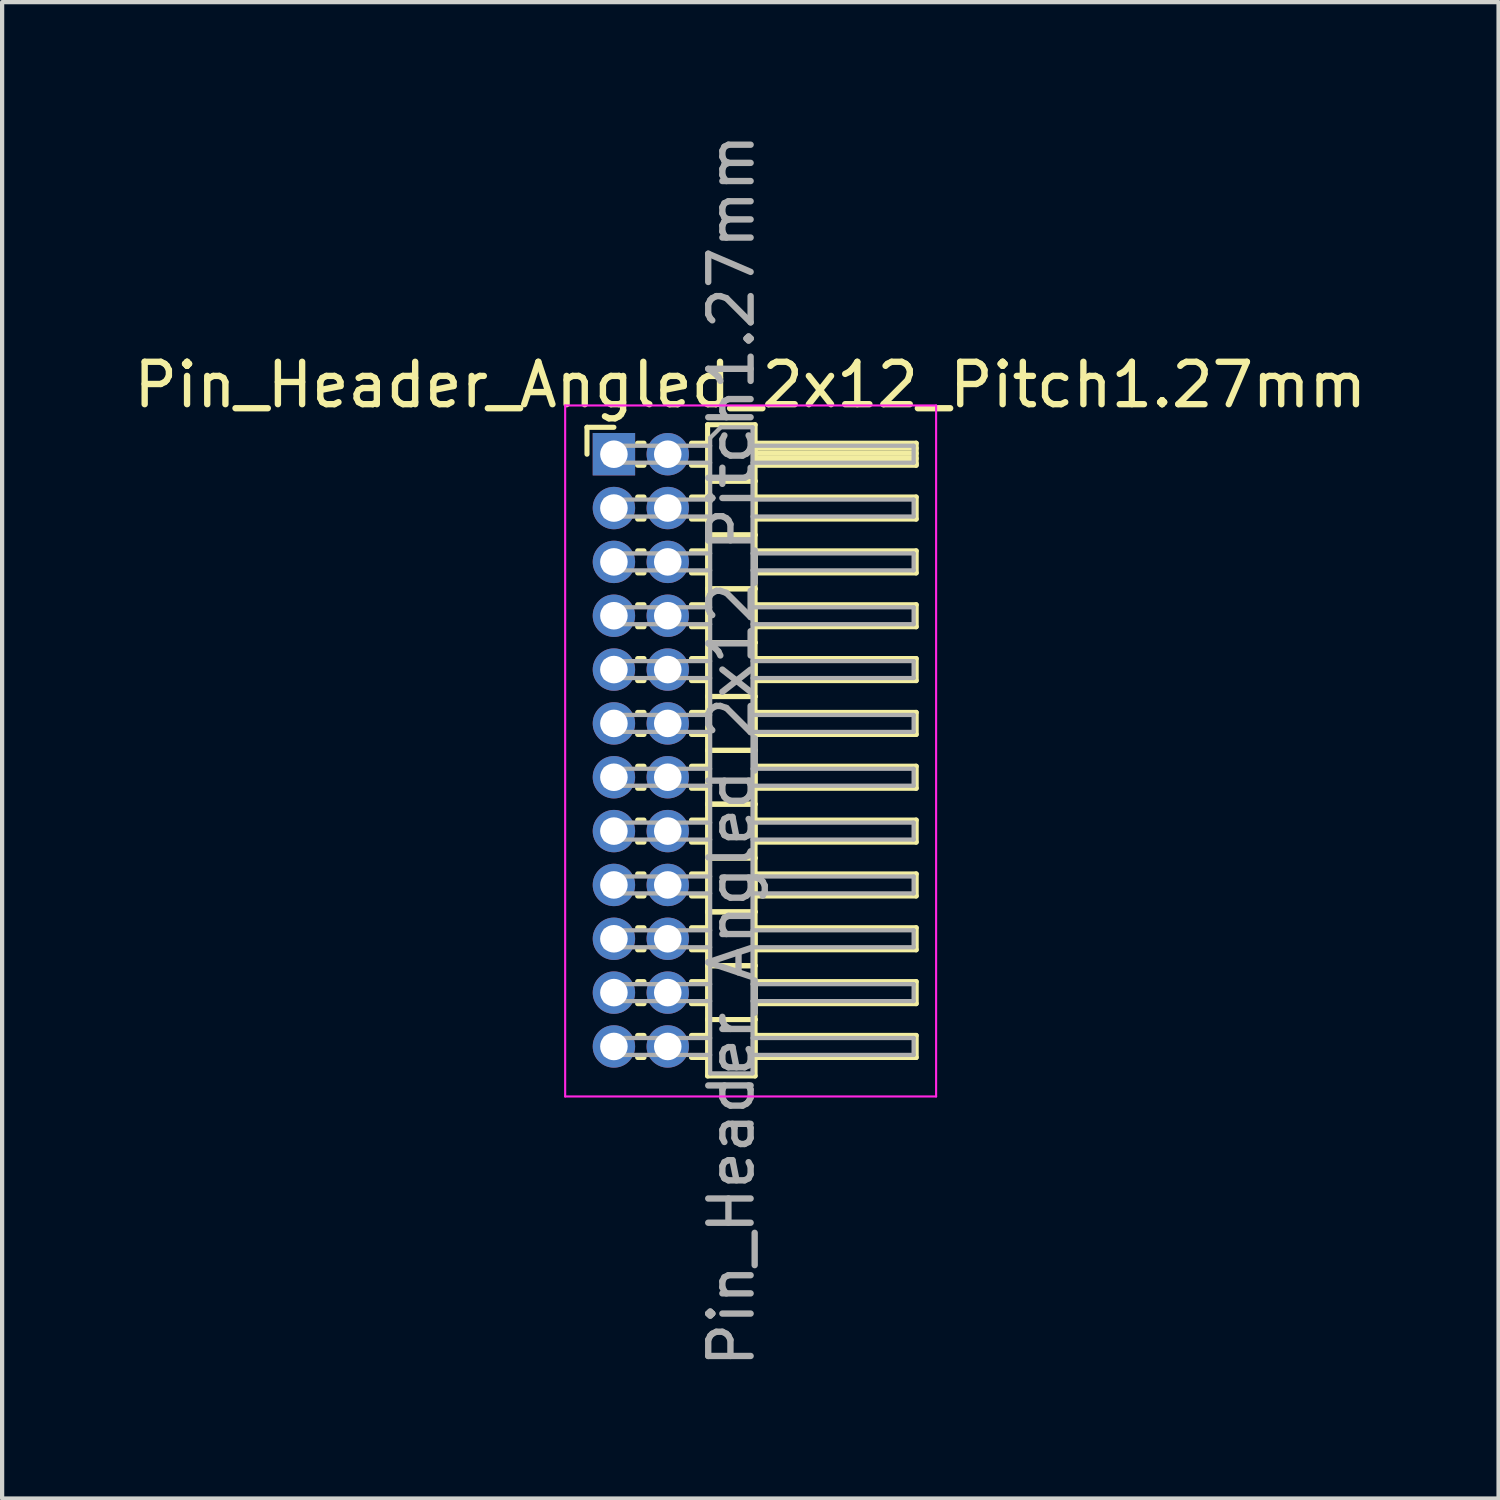
<source format=kicad_pcb>
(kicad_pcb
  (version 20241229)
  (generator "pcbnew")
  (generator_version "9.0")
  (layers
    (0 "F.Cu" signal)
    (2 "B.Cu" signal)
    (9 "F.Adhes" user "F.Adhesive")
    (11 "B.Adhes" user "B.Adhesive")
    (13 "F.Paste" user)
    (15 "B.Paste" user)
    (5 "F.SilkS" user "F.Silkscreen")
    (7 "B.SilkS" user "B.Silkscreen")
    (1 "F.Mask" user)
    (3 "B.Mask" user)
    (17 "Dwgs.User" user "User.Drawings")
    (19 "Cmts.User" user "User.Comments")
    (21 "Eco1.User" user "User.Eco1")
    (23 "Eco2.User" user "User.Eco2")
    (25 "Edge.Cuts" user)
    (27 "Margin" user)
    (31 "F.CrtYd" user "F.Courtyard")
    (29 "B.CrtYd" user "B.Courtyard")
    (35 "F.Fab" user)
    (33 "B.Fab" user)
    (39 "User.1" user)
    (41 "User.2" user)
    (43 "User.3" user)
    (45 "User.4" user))
  (footprint "Pin_Header_Angled_2x12_Pitch1.27mm"
    (layer "F.Cu")
    (at 11.431 7.664)
    (property "Reference" "Pin_Header_Angled_2x12_Pitch1.27mm" (at 3.217 -1.635 0) (layer "F.SilkS") (effects (font (size 1 1) (thickness 0.15))))
    (attr through_hole)
    (fp_line (start -0.635 -0.635) (end 0 -0.635) (stroke (width 0.12) (type solid)) (layer "F.SilkS"))
    (fp_line (start -0.635 0) (end -0.635 -0.635) (stroke (width 0.12) (type solid)) (layer "F.SilkS"))
    (fp_line (start 0.56 -0.26) (end 0.71 -0.26) (stroke (width 0.12) (type solid)) (layer "F.SilkS"))
    (fp_line (start 0.56 0.26) (end 0.71 0.26) (stroke (width 0.12) (type solid)) (layer "F.SilkS"))
    (fp_line (start 0.56 1.01) (end 0.71 1.01) (stroke (width 0.12) (type solid)) (layer "F.SilkS"))
    (fp_line (start 0.56 1.53) (end 0.71 1.53) (stroke (width 0.12) (type solid)) (layer "F.SilkS"))
    (fp_line (start 0.56 2.28) (end 0.71 2.28) (stroke (width 0.12) (type solid)) (layer "F.SilkS"))
    (fp_line (start 0.56 2.8) (end 0.71 2.8) (stroke (width 0.12) (type solid)) (layer "F.SilkS"))
    (fp_line (start 0.56 3.55) (end 0.71 3.55) (stroke (width 0.12) (type solid)) (layer "F.SilkS"))
    (fp_line (start 0.56 4.07) (end 0.71 4.07) (stroke (width 0.12) (type solid)) (layer "F.SilkS"))
    (fp_line (start 0.56 4.82) (end 0.71 4.82) (stroke (width 0.12) (type solid)) (layer "F.SilkS"))
    (fp_line (start 0.56 5.34) (end 0.71 5.34) (stroke (width 0.12) (type solid)) (layer "F.SilkS"))
    (fp_line (start 0.56 6.09) (end 0.71 6.09) (stroke (width 0.12) (type solid)) (layer "F.SilkS"))
    (fp_line (start 0.56 6.61) (end 0.71 6.61) (stroke (width 0.12) (type solid)) (layer "F.SilkS"))
    (fp_line (start 0.56 7.36) (end 0.71 7.36) (stroke (width 0.12) (type solid)) (layer "F.SilkS"))
    (fp_line (start 0.56 7.88) (end 0.71 7.88) (stroke (width 0.12) (type solid)) (layer "F.SilkS"))
    (fp_line (start 0.56 8.63) (end 0.71 8.63) (stroke (width 0.12) (type solid)) (layer "F.SilkS"))
    (fp_line (start 0.56 9.15) (end 0.71 9.15) (stroke (width 0.12) (type solid)) (layer "F.SilkS"))
    (fp_line (start 0.56 9.9) (end 0.71 9.9) (stroke (width 0.12) (type solid)) (layer "F.SilkS"))
    (fp_line (start 0.56 10.42) (end 0.71 10.42) (stroke (width 0.12) (type solid)) (layer "F.SilkS"))
    (fp_line (start 0.56 11.17) (end 0.71 11.17) (stroke (width 0.12) (type solid)) (layer "F.SilkS"))
    (fp_line (start 0.56 11.69) (end 0.71 11.69) (stroke (width 0.12) (type solid)) (layer "F.SilkS"))
    (fp_line (start 0.56 12.44) (end 0.71 12.44) (stroke (width 0.12) (type solid)) (layer "F.SilkS"))
    (fp_line (start 0.56 12.96) (end 0.71 12.96) (stroke (width 0.12) (type solid)) (layer "F.SilkS"))
    (fp_line (start 0.56 13.71) (end 0.71 13.71) (stroke (width 0.12) (type solid)) (layer "F.SilkS"))
    (fp_line (start 0.56 14.23) (end 0.71 14.23) (stroke (width 0.12) (type solid)) (layer "F.SilkS"))
    (fp_line (start 1.83 -0.26) (end 2.21 -0.26) (stroke (width 0.12) (type solid)) (layer "F.SilkS"))
    (fp_line (start 1.83 0.26) (end 2.21 0.26) (stroke (width 0.12) (type solid)) (layer "F.SilkS"))
    (fp_line (start 1.83 1.01) (end 2.21 1.01) (stroke (width 0.12) (type solid)) (layer "F.SilkS"))
    (fp_line (start 1.83 1.53) (end 2.21 1.53) (stroke (width 0.12) (type solid)) (layer "F.SilkS"))
    (fp_line (start 1.83 2.28) (end 2.21 2.28) (stroke (width 0.12) (type solid)) (layer "F.SilkS"))
    (fp_line (start 1.83 2.8) (end 2.21 2.8) (stroke (width 0.12) (type solid)) (layer "F.SilkS"))
    (fp_line (start 1.83 3.55) (end 2.21 3.55) (stroke (width 0.12) (type solid)) (layer "F.SilkS"))
    (fp_line (start 1.83 4.07) (end 2.21 4.07) (stroke (width 0.12) (type solid)) (layer "F.SilkS"))
    (fp_line (start 1.83 4.82) (end 2.21 4.82) (stroke (width 0.12) (type solid)) (layer "F.SilkS"))
    (fp_line (start 1.83 5.34) (end 2.21 5.34) (stroke (width 0.12) (type solid)) (layer "F.SilkS"))
    (fp_line (start 1.83 6.09) (end 2.21 6.09) (stroke (width 0.12) (type solid)) (layer "F.SilkS"))
    (fp_line (start 1.83 6.61) (end 2.21 6.61) (stroke (width 0.12) (type solid)) (layer "F.SilkS"))
    (fp_line (start 1.83 7.36) (end 2.21 7.36) (stroke (width 0.12) (type solid)) (layer "F.SilkS"))
    (fp_line (start 1.83 7.88) (end 2.21 7.88) (stroke (width 0.12) (type solid)) (layer "F.SilkS"))
    (fp_line (start 1.83 8.63) (end 2.21 8.63) (stroke (width 0.12) (type solid)) (layer "F.SilkS"))
    (fp_line (start 1.83 9.15) (end 2.21 9.15) (stroke (width 0.12) (type solid)) (layer "F.SilkS"))
    (fp_line (start 1.83 9.9) (end 2.21 9.9) (stroke (width 0.12) (type solid)) (layer "F.SilkS"))
    (fp_line (start 1.83 10.42) (end 2.21 10.42) (stroke (width 0.12) (type solid)) (layer "F.SilkS"))
    (fp_line (start 1.83 11.17) (end 2.21 11.17) (stroke (width 0.12) (type solid)) (layer "F.SilkS"))
    (fp_line (start 1.83 11.69) (end 2.21 11.69) (stroke (width 0.12) (type solid)) (layer "F.SilkS"))
    (fp_line (start 1.83 12.44) (end 2.21 12.44) (stroke (width 0.12) (type solid)) (layer "F.SilkS"))
    (fp_line (start 1.83 12.96) (end 2.21 12.96) (stroke (width 0.12) (type solid)) (layer "F.SilkS"))
    (fp_line (start 1.83 13.71) (end 2.21 13.71) (stroke (width 0.12) (type solid)) (layer "F.SilkS"))
    (fp_line (start 1.83 14.23) (end 2.21 14.23) (stroke (width 0.12) (type solid)) (layer "F.SilkS"))
    (fp_line (start 2.21 -0.695) (end 2.21 0.635) (stroke (width 0.12) (type solid)) (layer "F.SilkS"))
    (fp_line (start 2.21 0.635) (end 2.21 1.905) (stroke (width 0.12) (type solid)) (layer "F.SilkS"))
    (fp_line (start 2.21 0.635) (end 3.33 0.635) (stroke (width 0.12) (type solid)) (layer "F.SilkS"))
    (fp_line (start 2.21 1.905) (end 2.21 3.175) (stroke (width 0.12) (type solid)) (layer "F.SilkS"))
    (fp_line (start 2.21 1.905) (end 3.33 1.905) (stroke (width 0.12) (type solid)) (layer "F.SilkS"))
    (fp_line (start 2.21 3.175) (end 2.21 4.445) (stroke (width 0.12) (type solid)) (layer "F.SilkS"))
    (fp_line (start 2.21 3.175) (end 3.33 3.175) (stroke (width 0.12) (type solid)) (layer "F.SilkS"))
    (fp_line (start 2.21 4.445) (end 2.21 5.715) (stroke (width 0.12) (type solid)) (layer "F.SilkS"))
    (fp_line (start 2.21 4.445) (end 3.33 4.445) (stroke (width 0.12) (type solid)) (layer "F.SilkS"))
    (fp_line (start 2.21 5.715) (end 2.21 6.985) (stroke (width 0.12) (type solid)) (layer "F.SilkS"))
    (fp_line (start 2.21 5.715) (end 3.33 5.715) (stroke (width 0.12) (type solid)) (layer "F.SilkS"))
    (fp_line (start 2.21 6.985) (end 2.21 8.255) (stroke (width 0.12) (type solid)) (layer "F.SilkS"))
    (fp_line (start 2.21 6.985) (end 3.33 6.985) (stroke (width 0.12) (type solid)) (layer "F.SilkS"))
    (fp_line (start 2.21 8.255) (end 2.21 9.525) (stroke (width 0.12) (type solid)) (layer "F.SilkS"))
    (fp_line (start 2.21 8.255) (end 3.33 8.255) (stroke (width 0.12) (type solid)) (layer "F.SilkS"))
    (fp_line (start 2.21 9.525) (end 2.21 10.795) (stroke (width 0.12) (type solid)) (layer "F.SilkS"))
    (fp_line (start 2.21 9.525) (end 3.33 9.525) (stroke (width 0.12) (type solid)) (layer "F.SilkS"))
    (fp_line (start 2.21 10.795) (end 2.21 12.065) (stroke (width 0.12) (type solid)) (layer "F.SilkS"))
    (fp_line (start 2.21 10.795) (end 3.33 10.795) (stroke (width 0.12) (type solid)) (layer "F.SilkS"))
    (fp_line (start 2.21 12.065) (end 2.21 13.335) (stroke (width 0.12) (type solid)) (layer "F.SilkS"))
    (fp_line (start 2.21 12.065) (end 3.33 12.065) (stroke (width 0.12) (type solid)) (layer "F.SilkS"))
    (fp_line (start 2.21 13.335) (end 2.21 14.665) (stroke (width 0.12) (type solid)) (layer "F.SilkS"))
    (fp_line (start 2.21 13.335) (end 3.33 13.335) (stroke (width 0.12) (type solid)) (layer "F.SilkS"))
    (fp_line (start 2.21 14.665) (end 3.33 14.665) (stroke (width 0.12) (type solid)) (layer "F.SilkS"))
    (fp_line (start 3.33 -0.695) (end 2.21 -0.695) (stroke (width 0.12) (type solid)) (layer "F.SilkS"))
    (fp_line (start 3.33 -0.26) (end 3.33 0.26) (stroke (width 0.12) (type solid)) (layer "F.SilkS"))
    (fp_line (start 3.33 -0.14) (end 7.13 -0.14) (stroke (width 0.12) (type solid)) (layer "F.SilkS"))
    (fp_line (start 3.33 -0.02) (end 7.13 -0.02) (stroke (width 0.12) (type solid)) (layer "F.SilkS"))
    (fp_line (start 3.33 0.1) (end 7.13 0.1) (stroke (width 0.12) (type solid)) (layer "F.SilkS"))
    (fp_line (start 3.33 0.22) (end 7.13 0.22) (stroke (width 0.12) (type solid)) (layer "F.SilkS"))
    (fp_line (start 3.33 0.26) (end 7.13 0.26) (stroke (width 0.12) (type solid)) (layer "F.SilkS"))
    (fp_line (start 3.33 0.635) (end 2.21 0.635) (stroke (width 0.12) (type solid)) (layer "F.SilkS"))
    (fp_line (start 3.33 0.635) (end 3.33 -0.695) (stroke (width 0.12) (type solid)) (layer "F.SilkS"))
    (fp_line (start 3.33 1.01) (end 3.33 1.53) (stroke (width 0.12) (type solid)) (layer "F.SilkS"))
    (fp_line (start 3.33 1.53) (end 7.13 1.53) (stroke (width 0.12) (type solid)) (layer "F.SilkS"))
    (fp_line (start 3.33 1.905) (end 2.21 1.905) (stroke (width 0.12) (type solid)) (layer "F.SilkS"))
    (fp_line (start 3.33 1.905) (end 3.33 0.635) (stroke (width 0.12) (type solid)) (layer "F.SilkS"))
    (fp_line (start 3.33 2.28) (end 3.33 2.8) (stroke (width 0.12) (type solid)) (layer "F.SilkS"))
    (fp_line (start 3.33 2.8) (end 7.13 2.8) (stroke (width 0.12) (type solid)) (layer "F.SilkS"))
    (fp_line (start 3.33 3.175) (end 2.21 3.175) (stroke (width 0.12) (type solid)) (layer "F.SilkS"))
    (fp_line (start 3.33 3.175) (end 3.33 1.905) (stroke (width 0.12) (type solid)) (layer "F.SilkS"))
    (fp_line (start 3.33 3.55) (end 3.33 4.07) (stroke (width 0.12) (type solid)) (layer "F.SilkS"))
    (fp_line (start 3.33 4.07) (end 7.13 4.07) (stroke (width 0.12) (type solid)) (layer "F.SilkS"))
    (fp_line (start 3.33 4.445) (end 2.21 4.445) (stroke (width 0.12) (type solid)) (layer "F.SilkS"))
    (fp_line (start 3.33 4.445) (end 3.33 3.175) (stroke (width 0.12) (type solid)) (layer "F.SilkS"))
    (fp_line (start 3.33 4.82) (end 3.33 5.34) (stroke (width 0.12) (type solid)) (layer "F.SilkS"))
    (fp_line (start 3.33 5.34) (end 7.13 5.34) (stroke (width 0.12) (type solid)) (layer "F.SilkS"))
    (fp_line (start 3.33 5.715) (end 2.21 5.715) (stroke (width 0.12) (type solid)) (layer "F.SilkS"))
    (fp_line (start 3.33 5.715) (end 3.33 4.445) (stroke (width 0.12) (type solid)) (layer "F.SilkS"))
    (fp_line (start 3.33 6.09) (end 3.33 6.61) (stroke (width 0.12) (type solid)) (layer "F.SilkS"))
    (fp_line (start 3.33 6.61) (end 7.13 6.61) (stroke (width 0.12) (type solid)) (layer "F.SilkS"))
    (fp_line (start 3.33 6.985) (end 2.21 6.985) (stroke (width 0.12) (type solid)) (layer "F.SilkS"))
    (fp_line (start 3.33 6.985) (end 3.33 5.715) (stroke (width 0.12) (type solid)) (layer "F.SilkS"))
    (fp_line (start 3.33 7.36) (end 3.33 7.88) (stroke (width 0.12) (type solid)) (layer "F.SilkS"))
    (fp_line (start 3.33 7.88) (end 7.13 7.88) (stroke (width 0.12) (type solid)) (layer "F.SilkS"))
    (fp_line (start 3.33 8.255) (end 2.21 8.255) (stroke (width 0.12) (type solid)) (layer "F.SilkS"))
    (fp_line (start 3.33 8.255) (end 3.33 6.985) (stroke (width 0.12) (type solid)) (layer "F.SilkS"))
    (fp_line (start 3.33 8.63) (end 3.33 9.15) (stroke (width 0.12) (type solid)) (layer "F.SilkS"))
    (fp_line (start 3.33 9.15) (end 7.13 9.15) (stroke (width 0.12) (type solid)) (layer "F.SilkS"))
    (fp_line (start 3.33 9.525) (end 2.21 9.525) (stroke (width 0.12) (type solid)) (layer "F.SilkS"))
    (fp_line (start 3.33 9.525) (end 3.33 8.255) (stroke (width 0.12) (type solid)) (layer "F.SilkS"))
    (fp_line (start 3.33 9.9) (end 3.33 10.42) (stroke (width 0.12) (type solid)) (layer "F.SilkS"))
    (fp_line (start 3.33 10.42) (end 7.13 10.42) (stroke (width 0.12) (type solid)) (layer "F.SilkS"))
    (fp_line (start 3.33 10.795) (end 2.21 10.795) (stroke (width 0.12) (type solid)) (layer "F.SilkS"))
    (fp_line (start 3.33 10.795) (end 3.33 9.525) (stroke (width 0.12) (type solid)) (layer "F.SilkS"))
    (fp_line (start 3.33 11.17) (end 3.33 11.69) (stroke (width 0.12) (type solid)) (layer "F.SilkS"))
    (fp_line (start 3.33 11.69) (end 7.13 11.69) (stroke (width 0.12) (type solid)) (layer "F.SilkS"))
    (fp_line (start 3.33 12.065) (end 2.21 12.065) (stroke (width 0.12) (type solid)) (layer "F.SilkS"))
    (fp_line (start 3.33 12.065) (end 3.33 10.795) (stroke (width 0.12) (type solid)) (layer "F.SilkS"))
    (fp_line (start 3.33 12.44) (end 3.33 12.96) (stroke (width 0.12) (type solid)) (layer "F.SilkS"))
    (fp_line (start 3.33 12.96) (end 7.13 12.96) (stroke (width 0.12) (type solid)) (layer "F.SilkS"))
    (fp_line (start 3.33 13.335) (end 2.21 13.335) (stroke (width 0.12) (type solid)) (layer "F.SilkS"))
    (fp_line (start 3.33 13.335) (end 3.33 12.065) (stroke (width 0.12) (type solid)) (layer "F.SilkS"))
    (fp_line (start 3.33 13.71) (end 3.33 14.23) (stroke (width 0.12) (type solid)) (layer "F.SilkS"))
    (fp_line (start 3.33 14.23) (end 7.13 14.23) (stroke (width 0.12) (type solid)) (layer "F.SilkS"))
    (fp_line (start 3.33 14.665) (end 3.33 13.335) (stroke (width 0.12) (type solid)) (layer "F.SilkS"))
    (fp_line (start 7.13 -0.26) (end 3.33 -0.26) (stroke (width 0.12) (type solid)) (layer "F.SilkS"))
    (fp_line (start 7.13 0.26) (end 7.13 -0.26) (stroke (width 0.12) (type solid)) (layer "F.SilkS"))
    (fp_line (start 7.13 1.01) (end 3.33 1.01) (stroke (width 0.12) (type solid)) (layer "F.SilkS"))
    (fp_line (start 7.13 1.53) (end 7.13 1.01) (stroke (width 0.12) (type solid)) (layer "F.SilkS"))
    (fp_line (start 7.13 2.28) (end 3.33 2.28) (stroke (width 0.12) (type solid)) (layer "F.SilkS"))
    (fp_line (start 7.13 2.8) (end 7.13 2.28) (stroke (width 0.12) (type solid)) (layer "F.SilkS"))
    (fp_line (start 7.13 3.55) (end 3.33 3.55) (stroke (width 0.12) (type solid)) (layer "F.SilkS"))
    (fp_line (start 7.13 4.07) (end 7.13 3.55) (stroke (width 0.12) (type solid)) (layer "F.SilkS"))
    (fp_line (start 7.13 4.82) (end 3.33 4.82) (stroke (width 0.12) (type solid)) (layer "F.SilkS"))
    (fp_line (start 7.13 5.34) (end 7.13 4.82) (stroke (width 0.12) (type solid)) (layer "F.SilkS"))
    (fp_line (start 7.13 6.09) (end 3.33 6.09) (stroke (width 0.12) (type solid)) (layer "F.SilkS"))
    (fp_line (start 7.13 6.61) (end 7.13 6.09) (stroke (width 0.12) (type solid)) (layer "F.SilkS"))
    (fp_line (start 7.13 7.36) (end 3.33 7.36) (stroke (width 0.12) (type solid)) (layer "F.SilkS"))
    (fp_line (start 7.13 7.88) (end 7.13 7.36) (stroke (width 0.12) (type solid)) (layer "F.SilkS"))
    (fp_line (start 7.13 8.63) (end 3.33 8.63) (stroke (width 0.12) (type solid)) (layer "F.SilkS"))
    (fp_line (start 7.13 9.15) (end 7.13 8.63) (stroke (width 0.12) (type solid)) (layer "F.SilkS"))
    (fp_line (start 7.13 9.9) (end 3.33 9.9) (stroke (width 0.12) (type solid)) (layer "F.SilkS"))
    (fp_line (start 7.13 10.42) (end 7.13 9.9) (stroke (width 0.12) (type solid)) (layer "F.SilkS"))
    (fp_line (start 7.13 11.17) (end 3.33 11.17) (stroke (width 0.12) (type solid)) (layer "F.SilkS"))
    (fp_line (start 7.13 11.69) (end 7.13 11.17) (stroke (width 0.12) (type solid)) (layer "F.SilkS"))
    (fp_line (start 7.13 12.44) (end 3.33 12.44) (stroke (width 0.12) (type solid)) (layer "F.SilkS"))
    (fp_line (start 7.13 12.96) (end 7.13 12.44) (stroke (width 0.12) (type solid)) (layer "F.SilkS"))
    (fp_line (start 7.13 13.71) (end 3.33 13.71) (stroke (width 0.12) (type solid)) (layer "F.SilkS"))
    (fp_line (start 7.13 14.23) (end 7.13 13.71) (stroke (width 0.12) (type solid)) (layer "F.SilkS"))
    (fp_line (start -1.15 -1.15) (end -1.15 15.15) (stroke (width 0.05) (type solid)) (layer "F.CrtYd"))
    (fp_line (start -1.15 15.15) (end 7.6 15.15) (stroke (width 0.05) (type solid)) (layer "F.CrtYd"))
    (fp_line (start 7.6 -1.15) (end -1.15 -1.15) (stroke (width 0.05) (type solid)) (layer "F.CrtYd"))
    (fp_line (start 7.6 15.15) (end 7.6 -1.15) (stroke (width 0.05) (type solid)) (layer "F.CrtYd"))
    (fp_line (start -0.2 -0.2) (end -0.2 0.2) (stroke (width 0.1) (type solid)) (layer "F.Fab"))
    (fp_line (start -0.2 -0.2) (end 2.27 -0.2) (stroke (width 0.1) (type solid)) (layer "F.Fab"))
    (fp_line (start -0.2 0.2) (end 2.27 0.2) (stroke (width 0.1) (type solid)) (layer "F.Fab"))
    (fp_line (start -0.2 1.07) (end -0.2 1.47) (stroke (width 0.1) (type solid)) (layer "F.Fab"))
    (fp_line (start -0.2 1.07) (end 2.27 1.07) (stroke (width 0.1) (type solid)) (layer "F.Fab"))
    (fp_line (start -0.2 1.47) (end 2.27 1.47) (stroke (width 0.1) (type solid)) (layer "F.Fab"))
    (fp_line (start -0.2 2.34) (end -0.2 2.74) (stroke (width 0.1) (type solid)) (layer "F.Fab"))
    (fp_line (start -0.2 2.34) (end 2.27 2.34) (stroke (width 0.1) (type solid)) (layer "F.Fab"))
    (fp_line (start -0.2 2.74) (end 2.27 2.74) (stroke (width 0.1) (type solid)) (layer "F.Fab"))
    (fp_line (start -0.2 3.61) (end -0.2 4.01) (stroke (width 0.1) (type solid)) (layer "F.Fab"))
    (fp_line (start -0.2 3.61) (end 2.27 3.61) (stroke (width 0.1) (type solid)) (layer "F.Fab"))
    (fp_line (start -0.2 4.01) (end 2.27 4.01) (stroke (width 0.1) (type solid)) (layer "F.Fab"))
    (fp_line (start -0.2 4.88) (end -0.2 5.28) (stroke (width 0.1) (type solid)) (layer "F.Fab"))
    (fp_line (start -0.2 4.88) (end 2.27 4.88) (stroke (width 0.1) (type solid)) (layer "F.Fab"))
    (fp_line (start -0.2 5.28) (end 2.27 5.28) (stroke (width 0.1) (type solid)) (layer "F.Fab"))
    (fp_line (start -0.2 6.15) (end -0.2 6.55) (stroke (width 0.1) (type solid)) (layer "F.Fab"))
    (fp_line (start -0.2 6.15) (end 2.27 6.15) (stroke (width 0.1) (type solid)) (layer "F.Fab"))
    (fp_line (start -0.2 6.55) (end 2.27 6.55) (stroke (width 0.1) (type solid)) (layer "F.Fab"))
    (fp_line (start -0.2 7.42) (end -0.2 7.82) (stroke (width 0.1) (type solid)) (layer "F.Fab"))
    (fp_line (start -0.2 7.42) (end 2.27 7.42) (stroke (width 0.1) (type solid)) (layer "F.Fab"))
    (fp_line (start -0.2 7.82) (end 2.27 7.82) (stroke (width 0.1) (type solid)) (layer "F.Fab"))
    (fp_line (start -0.2 8.69) (end -0.2 9.09) (stroke (width 0.1) (type solid)) (layer "F.Fab"))
    (fp_line (start -0.2 8.69) (end 2.27 8.69) (stroke (width 0.1) (type solid)) (layer "F.Fab"))
    (fp_line (start -0.2 9.09) (end 2.27 9.09) (stroke (width 0.1) (type solid)) (layer "F.Fab"))
    (fp_line (start -0.2 9.96) (end -0.2 10.36) (stroke (width 0.1) (type solid)) (layer "F.Fab"))
    (fp_line (start -0.2 9.96) (end 2.27 9.96) (stroke (width 0.1) (type solid)) (layer "F.Fab"))
    (fp_line (start -0.2 10.36) (end 2.27 10.36) (stroke (width 0.1) (type solid)) (layer "F.Fab"))
    (fp_line (start -0.2 11.23) (end -0.2 11.63) (stroke (width 0.1) (type solid)) (layer "F.Fab"))
    (fp_line (start -0.2 11.23) (end 2.27 11.23) (stroke (width 0.1) (type solid)) (layer "F.Fab"))
    (fp_line (start -0.2 11.63) (end 2.27 11.63) (stroke (width 0.1) (type solid)) (layer "F.Fab"))
    (fp_line (start -0.2 12.5) (end -0.2 12.9) (stroke (width 0.1) (type solid)) (layer "F.Fab"))
    (fp_line (start -0.2 12.5) (end 2.27 12.5) (stroke (width 0.1) (type solid)) (layer "F.Fab"))
    (fp_line (start -0.2 12.9) (end 2.27 12.9) (stroke (width 0.1) (type solid)) (layer "F.Fab"))
    (fp_line (start -0.2 13.77) (end -0.2 14.17) (stroke (width 0.1) (type solid)) (layer "F.Fab"))
    (fp_line (start -0.2 13.77) (end 2.27 13.77) (stroke (width 0.1) (type solid)) (layer "F.Fab"))
    (fp_line (start -0.2 14.17) (end 2.27 14.17) (stroke (width 0.1) (type solid)) (layer "F.Fab"))
    (fp_line (start 2.27 -0.385) (end 2.52 -0.635) (stroke (width 0.1) (type solid)) (layer "F.Fab"))
    (fp_line (start 2.27 14.605) (end 2.27 -0.385) (stroke (width 0.1) (type solid)) (layer "F.Fab"))
    (fp_line (start 2.52 -0.635) (end 3.27 -0.635) (stroke (width 0.1) (type solid)) (layer "F.Fab"))
    (fp_line (start 3.27 -0.635) (end 3.27 14.605) (stroke (width 0.1) (type solid)) (layer "F.Fab"))
    (fp_line (start 3.27 -0.2) (end 7.07 -0.2) (stroke (width 0.1) (type solid)) (layer "F.Fab"))
    (fp_line (start 3.27 0.2) (end 7.07 0.2) (stroke (width 0.1) (type solid)) (layer "F.Fab"))
    (fp_line (start 3.27 1.07) (end 7.07 1.07) (stroke (width 0.1) (type solid)) (layer "F.Fab"))
    (fp_line (start 3.27 1.47) (end 7.07 1.47) (stroke (width 0.1) (type solid)) (layer "F.Fab"))
    (fp_line (start 3.27 2.34) (end 7.07 2.34) (stroke (width 0.1) (type solid)) (layer "F.Fab"))
    (fp_line (start 3.27 2.74) (end 7.07 2.74) (stroke (width 0.1) (type solid)) (layer "F.Fab"))
    (fp_line (start 3.27 3.61) (end 7.07 3.61) (stroke (width 0.1) (type solid)) (layer "F.Fab"))
    (fp_line (start 3.27 4.01) (end 7.07 4.01) (stroke (width 0.1) (type solid)) (layer "F.Fab"))
    (fp_line (start 3.27 4.88) (end 7.07 4.88) (stroke (width 0.1) (type solid)) (layer "F.Fab"))
    (fp_line (start 3.27 5.28) (end 7.07 5.28) (stroke (width 0.1) (type solid)) (layer "F.Fab"))
    (fp_line (start 3.27 6.15) (end 7.07 6.15) (stroke (width 0.1) (type solid)) (layer "F.Fab"))
    (fp_line (start 3.27 6.55) (end 7.07 6.55) (stroke (width 0.1) (type solid)) (layer "F.Fab"))
    (fp_line (start 3.27 7.42) (end 7.07 7.42) (stroke (width 0.1) (type solid)) (layer "F.Fab"))
    (fp_line (start 3.27 7.82) (end 7.07 7.82) (stroke (width 0.1) (type solid)) (layer "F.Fab"))
    (fp_line (start 3.27 8.69) (end 7.07 8.69) (stroke (width 0.1) (type solid)) (layer "F.Fab"))
    (fp_line (start 3.27 9.09) (end 7.07 9.09) (stroke (width 0.1) (type solid)) (layer "F.Fab"))
    (fp_line (start 3.27 9.96) (end 7.07 9.96) (stroke (width 0.1) (type solid)) (layer "F.Fab"))
    (fp_line (start 3.27 10.36) (end 7.07 10.36) (stroke (width 0.1) (type solid)) (layer "F.Fab"))
    (fp_line (start 3.27 11.23) (end 7.07 11.23) (stroke (width 0.1) (type solid)) (layer "F.Fab"))
    (fp_line (start 3.27 11.63) (end 7.07 11.63) (stroke (width 0.1) (type solid)) (layer "F.Fab"))
    (fp_line (start 3.27 12.5) (end 7.07 12.5) (stroke (width 0.1) (type solid)) (layer "F.Fab"))
    (fp_line (start 3.27 12.9) (end 7.07 12.9) (stroke (width 0.1) (type solid)) (layer "F.Fab"))
    (fp_line (start 3.27 13.77) (end 7.07 13.77) (stroke (width 0.1) (type solid)) (layer "F.Fab"))
    (fp_line (start 3.27 14.17) (end 7.07 14.17) (stroke (width 0.1) (type solid)) (layer "F.Fab"))
    (fp_line (start 3.27 14.605) (end 2.27 14.605) (stroke (width 0.1) (type solid)) (layer "F.Fab"))
    (fp_line (start 7.07 -0.2) (end 7.07 0.2) (stroke (width 0.1) (type solid)) (layer "F.Fab"))
    (fp_line (start 7.07 1.07) (end 7.07 1.47) (stroke (width 0.1) (type solid)) (layer "F.Fab"))
    (fp_line (start 7.07 2.34) (end 7.07 2.74) (stroke (width 0.1) (type solid)) (layer "F.Fab"))
    (fp_line (start 7.07 3.61) (end 7.07 4.01) (stroke (width 0.1) (type solid)) (layer "F.Fab"))
    (fp_line (start 7.07 4.88) (end 7.07 5.28) (stroke (width 0.1) (type solid)) (layer "F.Fab"))
    (fp_line (start 7.07 6.15) (end 7.07 6.55) (stroke (width 0.1) (type solid)) (layer "F.Fab"))
    (fp_line (start 7.07 7.42) (end 7.07 7.82) (stroke (width 0.1) (type solid)) (layer "F.Fab"))
    (fp_line (start 7.07 8.69) (end 7.07 9.09) (stroke (width 0.1) (type solid)) (layer "F.Fab"))
    (fp_line (start 7.07 9.96) (end 7.07 10.36) (stroke (width 0.1) (type solid)) (layer "F.Fab"))
    (fp_line (start 7.07 11.23) (end 7.07 11.63) (stroke (width 0.1) (type solid)) (layer "F.Fab"))
    (fp_line (start 7.07 12.5) (end 7.07 12.9) (stroke (width 0.1) (type solid)) (layer "F.Fab"))
    (fp_line (start 7.07 13.77) (end 7.07 14.17) (stroke (width 0.1) (type solid)) (layer "F.Fab"))
    (fp_text user "${REFERENCE}" (at 2.77 6.985 90) (layer "F.Fab") (effects (font (size 1 1) (thickness 0.15))))
    (pad "1" thru_hole rect (at 0 0) (size 1 1) (drill 0.65) (layers "*.Cu" "*.Mask"))
    (pad "2" thru_hole oval (at 1.27 0) (size 1 1) (drill 0.65) (layers "*.Cu" "*.Mask"))
    (pad "3" thru_hole oval (at 0 1.27) (size 1 1) (drill 0.65) (layers "*.Cu" "*.Mask"))
    (pad "4" thru_hole oval (at 1.27 1.27) (size 1 1) (drill 0.65) (layers "*.Cu" "*.Mask"))
    (pad "5" thru_hole oval (at 0 2.54) (size 1 1) (drill 0.65) (layers "*.Cu" "*.Mask"))
    (pad "6" thru_hole oval (at 1.27 2.54) (size 1 1) (drill 0.65) (layers "*.Cu" "*.Mask"))
    (pad "7" thru_hole oval (at 0 3.81) (size 1 1) (drill 0.65) (layers "*.Cu" "*.Mask"))
    (pad "8" thru_hole oval (at 1.27 3.81) (size 1 1) (drill 0.65) (layers "*.Cu" "*.Mask"))
    (pad "9" thru_hole oval (at 0 5.08) (size 1 1) (drill 0.65) (layers "*.Cu" "*.Mask"))
    (pad "10" thru_hole oval (at 1.27 5.08) (size 1 1) (drill 0.65) (layers "*.Cu" "*.Mask"))
    (pad "11" thru_hole oval (at 0 6.35) (size 1 1) (drill 0.65) (layers "*.Cu" "*.Mask"))
    (pad "12" thru_hole oval (at 1.27 6.35) (size 1 1) (drill 0.65) (layers "*.Cu" "*.Mask"))
    (pad "13" thru_hole oval (at 0 7.62) (size 1 1) (drill 0.65) (layers "*.Cu" "*.Mask"))
    (pad "14" thru_hole oval (at 1.27 7.62) (size 1 1) (drill 0.65) (layers "*.Cu" "*.Mask"))
    (pad "15" thru_hole oval (at 0 8.89) (size 1 1) (drill 0.65) (layers "*.Cu" "*.Mask"))
    (pad "16" thru_hole oval (at 1.27 8.89) (size 1 1) (drill 0.65) (layers "*.Cu" "*.Mask"))
    (pad "17" thru_hole oval (at 0 10.16) (size 1 1) (drill 0.65) (layers "*.Cu" "*.Mask"))
    (pad "18" thru_hole oval (at 1.27 10.16) (size 1 1) (drill 0.65) (layers "*.Cu" "*.Mask"))
    (pad "19" thru_hole oval (at 0 11.43) (size 1 1) (drill 0.65) (layers "*.Cu" "*.Mask"))
    (pad "20" thru_hole oval (at 1.27 11.43) (size 1 1) (drill 0.65) (layers "*.Cu" "*.Mask"))
    (pad "21" thru_hole oval (at 0 12.7) (size 1 1) (drill 0.65) (layers "*.Cu" "*.Mask"))
    (pad "22" thru_hole oval (at 1.27 12.7) (size 1 1) (drill 0.65) (layers "*.Cu" "*.Mask"))
    (pad "23" thru_hole oval (at 0 13.97) (size 1 1) (drill 0.65) (layers "*.Cu" "*.Mask"))
    (pad "24" thru_hole oval (at 1.27 13.97) (size 1 1) (drill 0.65) (layers "*.Cu" "*.Mask")))
  (gr_rect
    (start -3 -3)
    (end 32.298 32.298)
    (stroke (width 0.1) (type default))
    (fill no)
    (layer "Edge.Cuts")))
</source>
